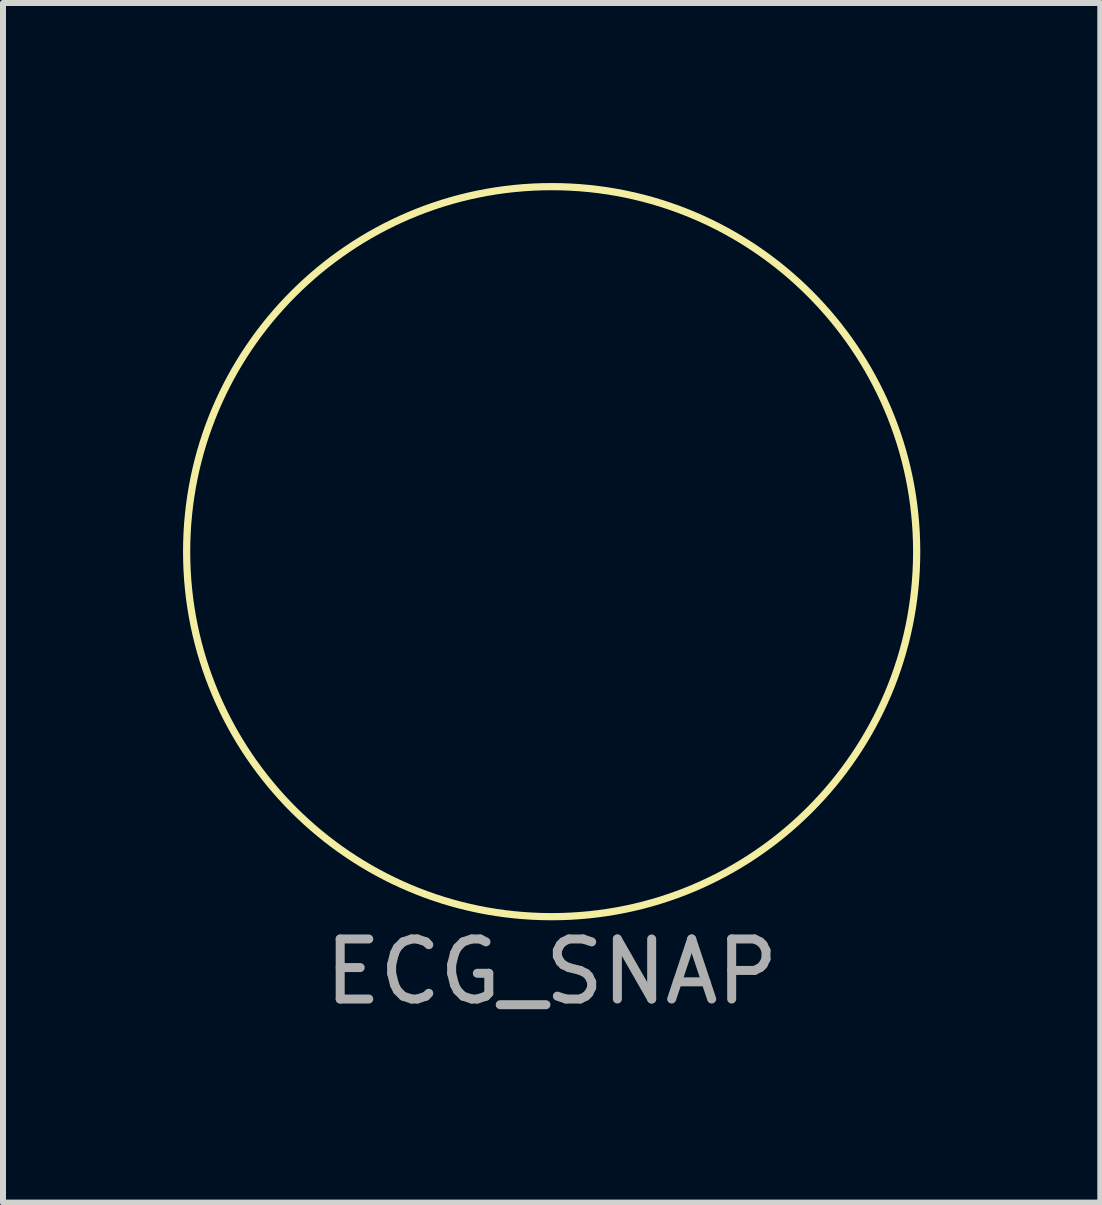
<source format=kicad_pcb>
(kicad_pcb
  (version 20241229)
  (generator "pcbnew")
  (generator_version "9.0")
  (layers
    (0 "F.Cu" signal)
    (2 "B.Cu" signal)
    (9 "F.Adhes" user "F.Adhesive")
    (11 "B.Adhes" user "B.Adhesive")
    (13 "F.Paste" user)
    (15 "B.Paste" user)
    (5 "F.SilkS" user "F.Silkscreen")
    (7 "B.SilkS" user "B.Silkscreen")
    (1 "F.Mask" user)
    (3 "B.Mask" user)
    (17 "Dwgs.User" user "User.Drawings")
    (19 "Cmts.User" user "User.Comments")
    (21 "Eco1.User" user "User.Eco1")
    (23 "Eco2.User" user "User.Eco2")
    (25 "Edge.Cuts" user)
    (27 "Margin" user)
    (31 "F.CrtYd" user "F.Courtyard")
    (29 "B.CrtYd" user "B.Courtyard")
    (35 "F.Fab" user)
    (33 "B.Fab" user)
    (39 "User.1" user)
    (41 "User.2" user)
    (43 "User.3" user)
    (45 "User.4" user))
  (footprint "ECG_SNAP"
    (layer "F.Cu")
    (at 6.143 6.143)
    (property "Reference" "ECG_SNAP" (at 0 7 0) (layer "F.Fab") (effects (font (size 1 1) (thickness 0.15))))
    (attr through_hole)
    (fp_circle (center 0 0) (end 6 -1) (stroke (width 0.12) (type solid)) (fill no) (layer "F.SilkS")))
  (gr_rect
    (start -3 -3)
    (end 15.286 16.991)
    (stroke (width 0.1) (type default))
    (fill no)
    (layer "Edge.Cuts")))
</source>
